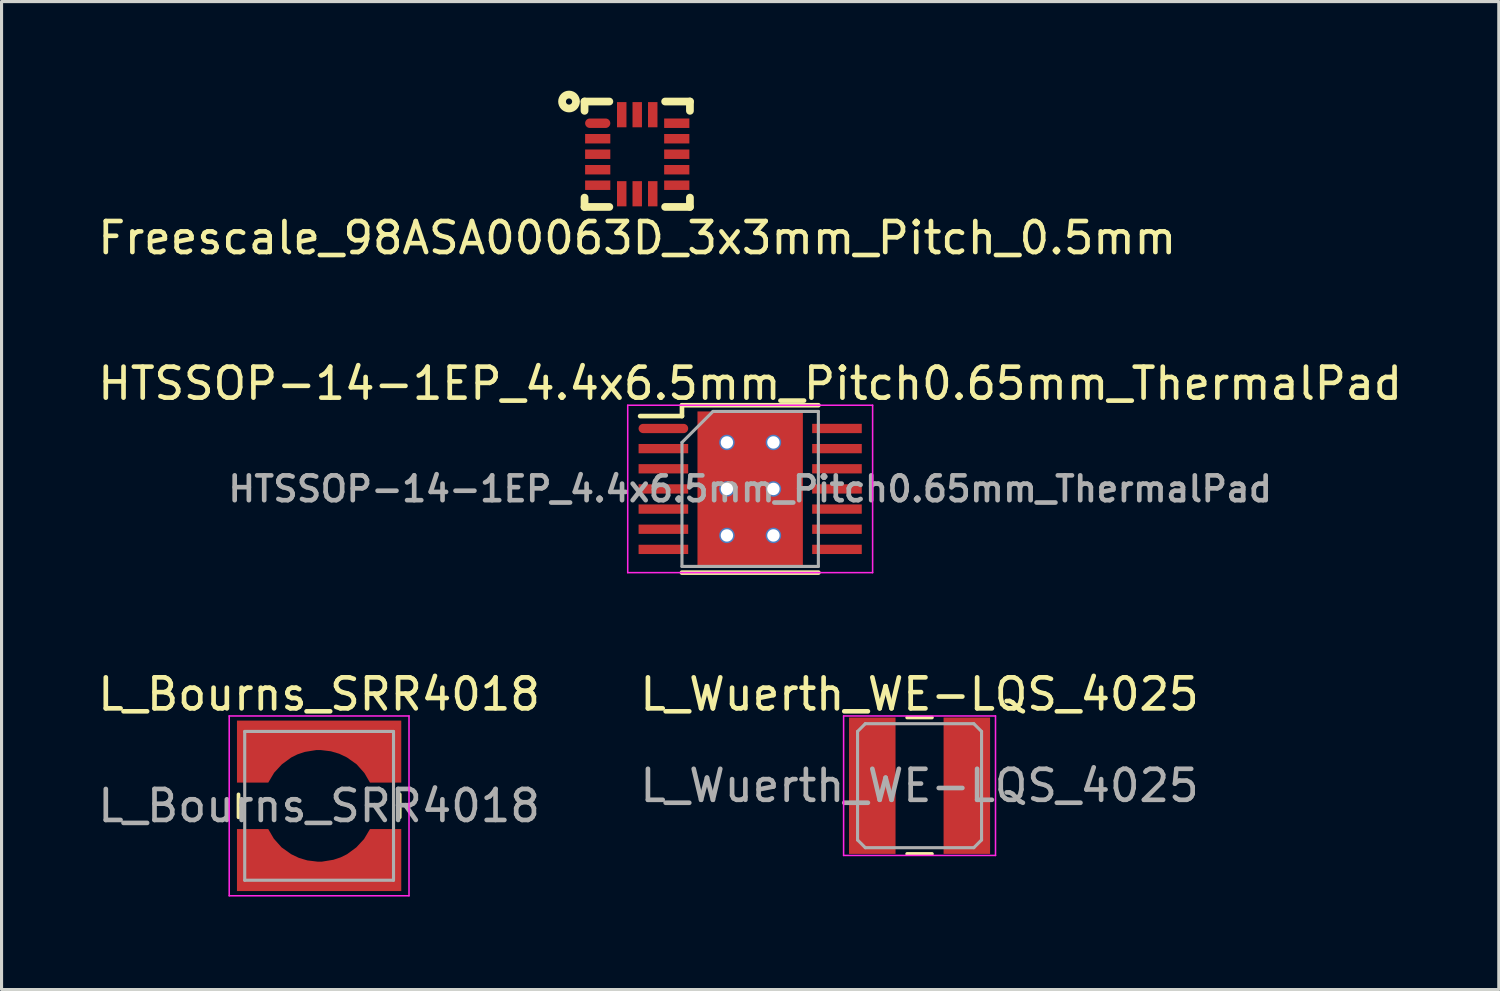
<source format=kicad_pcb>
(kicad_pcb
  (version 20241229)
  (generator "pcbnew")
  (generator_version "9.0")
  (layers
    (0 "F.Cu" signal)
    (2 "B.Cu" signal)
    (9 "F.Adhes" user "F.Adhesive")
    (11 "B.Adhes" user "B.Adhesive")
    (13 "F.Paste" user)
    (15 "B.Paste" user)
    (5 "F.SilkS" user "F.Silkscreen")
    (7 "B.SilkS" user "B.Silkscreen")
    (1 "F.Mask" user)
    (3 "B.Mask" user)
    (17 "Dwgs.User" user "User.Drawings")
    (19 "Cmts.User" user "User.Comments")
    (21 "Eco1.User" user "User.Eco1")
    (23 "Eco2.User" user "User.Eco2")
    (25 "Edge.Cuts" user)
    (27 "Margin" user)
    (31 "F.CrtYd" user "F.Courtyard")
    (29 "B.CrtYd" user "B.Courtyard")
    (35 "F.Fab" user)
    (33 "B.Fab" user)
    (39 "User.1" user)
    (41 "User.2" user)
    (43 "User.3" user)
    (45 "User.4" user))
  (footprint "Freescale_98ASA00063D_3x3mm_Pitch_0.5mm"
    (layer "F.Cu")
    (at 17.506 1.925)
    (property "Reference" "Freescale_98ASA00063D_3x3mm_Pitch_0.5mm" (at 0 2.7 0) (layer "F.SilkS") (effects (font (size 1 1) (thickness 0.15))))
    (attr through_hole)
    (fp_line (start -1.7 -1.7) (end -1.7 -1.4) (stroke (width 0.25) (type solid)) (layer "F.SilkS"))
    (fp_line (start -1.7 -1.7) (end -0.9 -1.7) (stroke (width 0.25) (type solid)) (layer "F.SilkS"))
    (fp_line (start -1.7 1.7) (end -1.7 1.4) (stroke (width 0.25) (type solid)) (layer "F.SilkS"))
    (fp_line (start -0.9 1.7) (end -1.7 1.7) (stroke (width 0.25) (type solid)) (layer "F.SilkS"))
    (fp_line (start 0.9 -1.7) (end 1.7 -1.7) (stroke (width 0.25) (type solid)) (layer "F.SilkS"))
    (fp_line (start 0.9 1.7) (end 1.7 1.7) (stroke (width 0.25) (type solid)) (layer "F.SilkS"))
    (fp_line (start 1.7 -1.7) (end 1.7 -1.4) (stroke (width 0.25) (type solid)) (layer "F.SilkS"))
    (fp_line (start 1.7 1.7) (end 1.7 1.4) (stroke (width 0.25) (type solid)) (layer "F.SilkS"))
    (fp_circle (center -2.2 -1.7) (end -2.1 -1.7) (stroke (width 0.25) (type solid)) (fill no) (layer "F.SilkS"))
    (pad "1" smd oval (at -1.275 -1) (size 0.813 0.305) (layers "F.Cu" "F.Mask" "F.Paste"))
    (pad "2" smd rect (at -1.275 -0.5) (size 0.813 0.305) (layers "F.Cu" "F.Mask" "F.Paste"))
    (pad "3" smd rect (at -1.275 0) (size 0.813 0.305) (layers "F.Cu" "F.Mask" "F.Paste"))
    (pad "4" smd rect (at -1.275 0.5) (size 0.813 0.305) (layers "F.Cu" "F.Mask" "F.Paste"))
    (pad "5" smd rect (at -1.275 1) (size 0.813 0.305) (layers "F.Cu" "F.Mask" "F.Paste"))
    (pad "6" smd rect (at -0.5 1.275 90) (size 0.813 0.305) (layers "F.Cu" "F.Mask" "F.Paste"))
    (pad "7" smd rect (at 0 1.275 90) (size 0.813 0.305) (layers "F.Cu" "F.Mask" "F.Paste"))
    (pad "8" smd rect (at 0.5 1.275 90) (size 0.813 0.305) (layers "F.Cu" "F.Mask" "F.Paste"))
    (pad "9" smd rect (at 1.275 1 180) (size 0.813 0.305) (layers "F.Cu" "F.Mask" "F.Paste"))
    (pad "10" smd rect (at 1.275 0.5 180) (size 0.813 0.305) (layers "F.Cu" "F.Mask" "F.Paste"))
    (pad "11" smd rect (at 1.275 0) (size 0.813 0.305) (layers "F.Cu" "F.Mask" "F.Paste"))
    (pad "12" smd rect (at 1.275 -0.5) (size 0.813 0.305) (layers "F.Cu" "F.Mask" "F.Paste"))
    (pad "13" smd rect (at 1.275 -1) (size 0.813 0.305) (layers "F.Cu" "F.Mask" "F.Paste"))
    (pad "14" smd rect (at 0.5 -1.275 90) (size 0.813 0.305) (layers "F.Cu" "F.Mask" "F.Paste"))
    (pad "15" smd rect (at 0 -1.275 90) (size 0.813 0.305) (layers "F.Cu" "F.Mask" "F.Paste"))
    (pad "16" smd rect (at -0.5 -1.275 90) (size 0.813 0.305) (layers "F.Cu" "F.Mask" "F.Paste")))
  (footprint "HTSSOP-14-1EP_4.4x6.5mm_Pitch0.65mm_ThermalPad"
    (layer "F.Cu")
    (at 21.149 12.722)
    (property "Reference" "HTSSOP-14-1EP_4.4x6.5mm_Pitch0.65mm_ThermalPad" (at 0 -3.4 0) (layer "F.SilkS") (effects (font (size 1 1) (thickness 0.15))))
    (attr smd)
    (fp_line (start -2.2 -2.7) (end -2.2 -2.35) (stroke (width 0.15) (type solid)) (layer "F.SilkS"))
    (fp_line (start -2.2 -2.7) (end 2.2 -2.7) (stroke (width 0.15) (type solid)) (layer "F.SilkS"))
    (fp_line (start -2.2 -2.35) (end -3.55 -2.35) (stroke (width 0.15) (type solid)) (layer "F.SilkS"))
    (fp_line (start -2.2 2.7) (end 2.2 2.7) (stroke (width 0.15) (type solid)) (layer "F.SilkS"))
    (fp_line (start -3.95 -2.7) (end -3.95 2.7) (stroke (width 0.05) (type solid)) (layer "F.CrtYd"))
    (fp_line (start -3.95 -2.7) (end 3.95 -2.7) (stroke (width 0.05) (type solid)) (layer "F.CrtYd"))
    (fp_line (start -3.95 2.7) (end 3.95 2.7) (stroke (width 0.05) (type solid)) (layer "F.CrtYd"))
    (fp_line (start 3.95 -2.7) (end 3.95 2.7) (stroke (width 0.05) (type solid)) (layer "F.CrtYd"))
    (fp_line (start -2.2 -1.5) (end -1.2 -2.5) (stroke (width 0.1) (type solid)) (layer "F.Fab"))
    (fp_line (start -2.2 2.5) (end -2.2 -1.5) (stroke (width 0.1) (type solid)) (layer "F.Fab"))
    (fp_line (start -1.2 -2.5) (end 2.2 -2.5) (stroke (width 0.1) (type solid)) (layer "F.Fab"))
    (fp_line (start 2.2 -2.5) (end 2.2 2.5) (stroke (width 0.1) (type solid)) (layer "F.Fab"))
    (fp_line (start 2.2 2.5) (end -2.2 2.5) (stroke (width 0.1) (type solid)) (layer "F.Fab"))
    (fp_text user "${REFERENCE}" (at 0 0 0) (layer "F.Fab") (effects (font (size 0.8 0.8) (thickness 0.15))))
    (pad "1" smd oval (at -2.8 -1.95) (size 1.6 0.3) (layers "F.Cu" "F.Mask" "F.Paste"))
    (pad "2" smd rect (at -2.8 -1.3) (size 1.6 0.3) (layers "F.Cu" "F.Mask" "F.Paste"))
    (pad "3" smd rect (at -2.8 -0.65) (size 1.6 0.3) (layers "F.Cu" "F.Mask" "F.Paste"))
    (pad "4" smd rect (at -2.8 0) (size 1.6 0.3) (layers "F.Cu" "F.Mask" "F.Paste"))
    (pad "5" smd rect (at -2.8 0.65) (size 1.6 0.3) (layers "F.Cu" "F.Mask" "F.Paste"))
    (pad "6" smd rect (at -2.8 1.3) (size 1.6 0.3) (layers "F.Cu" "F.Mask" "F.Paste"))
    (pad "7" smd rect (at -2.8 1.95) (size 1.6 0.3) (layers "F.Cu" "F.Mask" "F.Paste"))
    (pad "8" smd rect (at 2.8 1.95) (size 1.6 0.3) (layers "F.Cu" "F.Mask" "F.Paste"))
    (pad "9" smd rect (at 2.8 1.3) (size 1.6 0.3) (layers "F.Cu" "F.Mask" "F.Paste"))
    (pad "10" smd rect (at 2.8 0.65) (size 1.6 0.3) (layers "F.Cu" "F.Mask" "F.Paste"))
    (pad "11" smd rect (at 2.8 0) (size 1.6 0.3) (layers "F.Cu" "F.Mask" "F.Paste"))
    (pad "12" smd rect (at 2.8 -0.65) (size 1.6 0.3) (layers "F.Cu" "F.Mask" "F.Paste"))
    (pad "13" smd rect (at 2.8 -1.3) (size 1.6 0.3) (layers "F.Cu" "F.Mask" "F.Paste"))
    (pad "14" smd rect (at 2.8 -1.95) (size 1.6 0.3) (layers "F.Cu" "F.Mask" "F.Paste"))
    (pad "15" thru_hole circle (at -0.75 -1.5) (size 0.5 0.5) (drill 0.4) (layers "*.Cu"))
    (pad "15" thru_hole circle (at -0.75 0) (size 0.5 0.5) (drill 0.4) (layers "*.Cu"))
    (pad "15" thru_hole circle (at -0.75 1.5) (size 0.5 0.5) (drill 0.4) (layers "*.Cu"))
    (pad "15" smd rect (at 0 0) (size 2.46 2.31) (layers "F.Cu" "F.Mask" "F.Paste"))
    (pad "15" smd rect (at 0 0) (size 3.4 5) (layers "F.Cu"))
    (pad "15" thru_hole circle (at 0.75 -1.5) (size 0.5 0.5) (drill 0.4) (layers "*.Cu"))
    (pad "15" thru_hole circle (at 0.75 0) (size 0.5 0.5) (drill 0.4) (layers "*.Cu"))
    (pad "15" thru_hole circle (at 0.75 1.5) (size 0.5 0.5) (drill 0.4) (layers "*.Cu")))
  (footprint "L_Wuerth_WE-LQS_4025"
    (layer "F.Cu")
    (at 26.613 22.295)
    (property "Reference" "L_Wuerth_WE-LQS_4025" (at 0 -2.95 0) (layer "F.SilkS") (effects (font (size 1 1) (thickness 0.15))))
    (attr smd)
    (fp_line (start -0.4 -2.2) (end 0.4 -2.2) (stroke (width 0.12) (type solid)) (layer "F.SilkS"))
    (fp_line (start -0.4 2.2) (end 0.4 2.2) (stroke (width 0.12) (type solid)) (layer "F.SilkS"))
    (fp_line (start -2.45 -2.25) (end 2.45 -2.25) (stroke (width 0.05) (type solid)) (layer "F.CrtYd"))
    (fp_line (start -2.45 2.25) (end -2.45 -2.25) (stroke (width 0.05) (type solid)) (layer "F.CrtYd"))
    (fp_line (start 2.45 -2.25) (end 2.45 2.25) (stroke (width 0.05) (type solid)) (layer "F.CrtYd"))
    (fp_line (start 2.45 2.25) (end -2.45 2.25) (stroke (width 0.05) (type solid)) (layer "F.CrtYd"))
    (fp_line (start -2 -1.75) (end -2 1.75) (stroke (width 0.1) (type default)) (layer "F.Fab"))
    (fp_line (start -2 1.75) (end -1.75 2) (stroke (width 0.1) (type default)) (layer "F.Fab"))
    (fp_line (start -1.75 -2) (end -2 -1.75) (stroke (width 0.1) (type default)) (layer "F.Fab"))
    (fp_line (start -1.75 -2) (end 1.75 -2) (stroke (width 0.1) (type solid)) (layer "F.Fab"))
    (fp_line (start 1.75 -2) (end 2 -1.75) (stroke (width 0.1) (type default)) (layer "F.Fab"))
    (fp_line (start 1.75 2) (end -1.75 2) (stroke (width 0.1) (type solid)) (layer "F.Fab"))
    (fp_line (start 1.75 2) (end 2 1.75) (stroke (width 0.1) (type default)) (layer "F.Fab"))
    (fp_line (start 2 -1.75) (end 2 1.75) (stroke (width 0.1) (type default)) (layer "F.Fab"))
    (fp_text user "${REFERENCE}" (at 0 0 0) (layer "F.Fab") (effects (font (size 1 1) (thickness 0.15))))
    (pad "1" smd rect (at -1.525 0) (size 1.5 4.4) (layers "F.Cu" "F.Mask" "F.Paste"))
    (pad "2" smd rect (at 1.525 0) (size 1.5 4.4) (layers "F.Cu" "F.Mask" "F.Paste")))
  (footprint "L_Bourns_SRR4018"
    (layer "F.Cu")
    (at 7.244 22.945)
    (property "Reference" "L_Bourns_SRR4018" (at 0 -3.6 0) (layer "F.SilkS") (effects (font (size 1 1) (thickness 0.15))))
    (attr smd)
    (fp_line (start -2.6 0.37) (end -2.6 -0.37) (stroke (width 0.12) (type solid)) (layer "F.SilkS"))
    (fp_line (start 2.6 -0.37) (end 2.6 0.37) (stroke (width 0.12) (type solid)) (layer "F.SilkS"))
    (fp_line (start -2.9 -2.9) (end 2.9 -2.9) (stroke (width 0.05) (type solid)) (layer "F.CrtYd"))
    (fp_line (start -2.9 2.9) (end -2.9 -2.9) (stroke (width 0.05) (type solid)) (layer "F.CrtYd"))
    (fp_line (start 2.9 -2.9) (end 2.9 2.9) (stroke (width 0.05) (type solid)) (layer "F.CrtYd"))
    (fp_line (start 2.9 2.9) (end -2.9 2.9) (stroke (width 0.05) (type solid)) (layer "F.CrtYd"))
    (fp_line (start -2.4 -2.4) (end 2.4 -2.4) (stroke (width 0.1) (type solid)) (layer "F.Fab"))
    (fp_line (start -2.4 2.4) (end -2.4 -2.4) (stroke (width 0.1) (type solid)) (layer "F.Fab"))
    (fp_line (start 2.4 -2.4) (end 2.4 2.4) (stroke (width 0.1) (type solid)) (layer "F.Fab"))
    (fp_line (start 2.4 2.4) (end -2.4 2.4) (stroke (width 0.1) (type solid)) (layer "F.Fab"))
    (fp_text user "${REFERENCE}" (at 0 0 0) (layer "F.Fab") (effects (font (size 1 1) (thickness 0.15))))
    (pad "1" smd custom (at 0 -1.85) (size 5 0.1) (layers "F.Cu" "F.Mask" "F.Paste") (options (anchor rect)) (primitives (gr_poly (pts (xy 1.46 0.79) (xy 1.21 0.51) (xy 0.9 0.29) (xy 0.65 0.17) (xy 0.38 0.09) (xy 0.05 0.05) (xy -0.09 0.05) (xy -0.46 0.11) (xy -0.7 0.19) (xy -0.9 0.29) (xy -1.2 0.51) (xy -1.45 0.78) (xy -1.64 1.1) (xy -2.65 1.1) (xy -2.65 -0.9) (xy 2.65 -0.9) (xy 2.65 1.1) (xy 1.64 1.1)) (width 0) (fill yes))))
    (pad "2" smd custom (at 0 1.85 180) (size 5 0.1) (layers "F.Cu" "F.Mask" "F.Paste") (options (anchor rect)) (primitives (gr_poly (pts (xy 1.46 0.79) (xy 1.21 0.51) (xy 0.9 0.29) (xy 0.65 0.17) (xy 0.38 0.09) (xy 0.05 0.05) (xy -0.09 0.05) (xy -0.46 0.11) (xy -0.7 0.19) (xy -0.9 0.29) (xy -1.2 0.51) (xy -1.45 0.78) (xy -1.64 1.1) (xy -2.65 1.1) (xy -2.65 -0.9) (xy 2.65 -0.9) (xy 2.65 1.1) (xy 1.64 1.1)) (width 0) (fill yes)))))
  (gr_rect
    (start -3 -3)
    (end 45.298 28.87)
    (stroke (width 0.1) (type default))
    (fill no)
    (layer "Edge.Cuts")))
</source>
